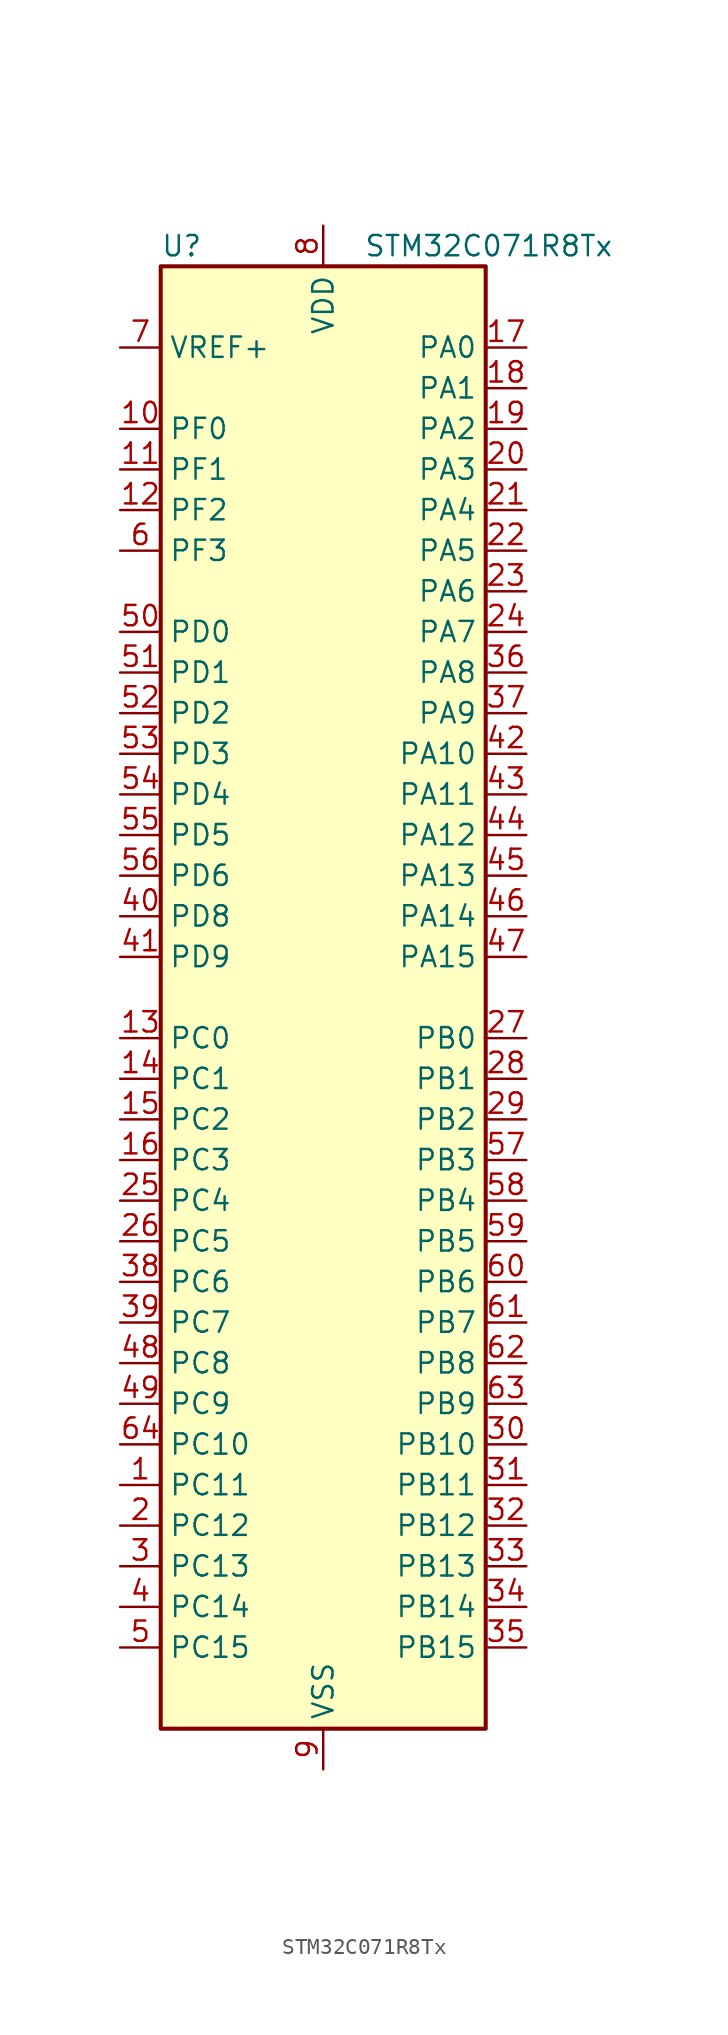
<source format=kicad_sym>
(kicad_symbol_lib
  (version 20241209)
  (generator "kicad_symbol_editor")
  (generator_version "9.0")
  (symbol "STM32C071R8Tx"
    (property "Reference" "U"
      (at -10.16 46.99 0)
      (effects (font (size 1.27 1.27)) (justify left)))
    (property "Value" "STM32C071R8Tx"
      (at 2.54 46.99 0)
      (effects (font (size 1.27 1.27)) (justify left)))
    (symbol "STM32C071R8Tx_0_1"
      (rectangle (start -10.16 -45.72) (end 10.16 45.72) (stroke (width 0.254) (type default)) (fill (type background))))
    (symbol "STM32C071R8Tx_1_1"
      (pin input line (at -12.7 40.64 0) (length 2.54) (name "VREF+" (effects (font (size 1.27 1.27)))) (number "7" (effects (font (size 1.27 1.27)))))
      (pin bidirectional line (at -12.7 35.56 0) (length 2.54) (name "PF0" (effects (font (size 1.27 1.27)))) (number "10" (effects (font (size 1.27 1.27)))) (alternate "CRS_SYNC" bidirectional line) (alternate "RCC_OSC_IN" bidirectional line) (alternate "TIM14_CH1" bidirectional line))
      (pin bidirectional line (at -12.7 33.02 0) (length 2.54) (name "PF1" (effects (font (size 1.27 1.27)))) (number "11" (effects (font (size 1.27 1.27)))) (alternate "RCC_OSC_EN" bidirectional line) (alternate "RCC_OSC_OUT" bidirectional line))
      (pin bidirectional line (at -12.7 30.48 0) (length 2.54) (name "PF2" (effects (font (size 1.27 1.27)))) (number "12" (effects (font (size 1.27 1.27)))) (alternate "RCC_MCO" bidirectional line) (alternate "TIM1_CH4" bidirectional line))
      (pin bidirectional line (at -12.7 27.94 0) (length 2.54) (name "PF3" (effects (font (size 1.27 1.27)))) (number "6" (effects (font (size 1.27 1.27)))))
      (pin bidirectional line (at -12.7 22.86 0) (length 2.54) (name "PD0" (effects (font (size 1.27 1.27)))) (number "50" (effects (font (size 1.27 1.27)))) (alternate "SPI2_NSS" bidirectional line) (alternate "TIM16_CH1" bidirectional line))
      (pin bidirectional line (at -12.7 20.32 0) (length 2.54) (name "PD1" (effects (font (size 1.27 1.27)))) (number "51" (effects (font (size 1.27 1.27)))) (alternate "SPI2_SCK" bidirectional line) (alternate "TIM17_CH1" bidirectional line))
      (pin bidirectional line (at -12.7 17.78 0) (length 2.54) (name "PD2" (effects (font (size 1.27 1.27)))) (number "52" (effects (font (size 1.27 1.27)))) (alternate "TIM1_CH1N" bidirectional line) (alternate "TIM3_ETR" bidirectional line))
      (pin bidirectional line (at -12.7 15.24 0) (length 2.54) (name "PD3" (effects (font (size 1.27 1.27)))) (number "53" (effects (font (size 1.27 1.27)))) (alternate "SPI2_MISO" bidirectional line) (alternate "TIM1_CH2N" bidirectional line) (alternate "USART2_CTS" bidirectional line) (alternate "USART2_NSS" bidirectional line))
      (pin bidirectional line (at -12.7 12.7 0) (length 2.54) (name "PD4" (effects (font (size 1.27 1.27)))) (number "54" (effects (font (size 1.27 1.27)))) (alternate "SPI2_MOSI" bidirectional line) (alternate "TIM1_CH3N" bidirectional line) (alternate "USART2_CK" bidirectional line) (alternate "USART2_DE" bidirectional line) (alternate "USART2_RTS" bidirectional line))
      (pin bidirectional line (at -12.7 10.16 0) (length 2.54) (name "PD5" (effects (font (size 1.27 1.27)))) (number "55" (effects (font (size 1.27 1.27)))) (alternate "I2S1_MCK" bidirectional line) (alternate "SPI1_MISO" bidirectional line) (alternate "TIM1_BKIN" bidirectional line) (alternate "USART2_TX" bidirectional line))
      (pin bidirectional line (at -12.7 7.62 0) (length 2.54) (name "PD6" (effects (font (size 1.27 1.27)))) (number "56" (effects (font (size 1.27 1.27)))) (alternate "I2S1_SD" bidirectional line) (alternate "SPI1_MOSI" bidirectional line) (alternate "USART2_RX" bidirectional line))
      (pin bidirectional line (at -12.7 5.08 0) (length 2.54) (name "PD8" (effects (font (size 1.27 1.27)))) (number "40" (effects (font (size 1.27 1.27)))) (alternate "I2S1_CK" bidirectional line) (alternate "SPI1_SCK" bidirectional line))
      (pin bidirectional line (at -12.7 2.54 0) (length 2.54) (name "PD9" (effects (font (size 1.27 1.27)))) (number "41" (effects (font (size 1.27 1.27)))) (alternate "I2S1_WS" bidirectional line) (alternate "SPI1_NSS" bidirectional line) (alternate "TIM1_BKIN2" bidirectional line))
      (pin bidirectional line (at -12.7 -2.54 0) (length 2.54) (name "PC0" (effects (font (size 1.27 1.27)))) (number "13" (effects (font (size 1.27 1.27)))))
      (pin bidirectional line (at -12.7 -5.08 0) (length 2.54) (name "PC1" (effects (font (size 1.27 1.27)))) (number "14" (effects (font (size 1.27 1.27)))))
      (pin bidirectional line (at -12.7 -7.62 0) (length 2.54) (name "PC2" (effects (font (size 1.27 1.27)))) (number "15" (effects (font (size 1.27 1.27)))) (alternate "SPI2_MISO" bidirectional line))
      (pin bidirectional line (at -12.7 -10.16 0) (length 2.54) (name "PC3" (effects (font (size 1.27 1.27)))) (number "16" (effects (font (size 1.27 1.27)))) (alternate "SPI2_MOSI" bidirectional line))
      (pin bidirectional line (at -12.7 -12.7 0) (length 2.54) (name "PC4" (effects (font (size 1.27 1.27)))) (number "25" (effects (font (size 1.27 1.27)))) (alternate "ADC1_IN11" bidirectional line) (alternate "TIM2_CH1" bidirectional line) (alternate "TIM2_ETR" bidirectional line) (alternate "USART1_TX" bidirectional line))
      (pin bidirectional line (at -12.7 -15.24 0) (length 2.54) (name "PC5" (effects (font (size 1.27 1.27)))) (number "26" (effects (font (size 1.27 1.27)))) (alternate "ADC1_IN12" bidirectional line) (alternate "PWR_WKUP5" bidirectional line) (alternate "TIM2_CH2" bidirectional line) (alternate "USART1_RX" bidirectional line))
      (pin bidirectional line (at -12.7 -17.78 0) (length 2.54) (name "PC6" (effects (font (size 1.27 1.27)))) (number "38" (effects (font (size 1.27 1.27)))) (alternate "TIM2_CH3" bidirectional line) (alternate "TIM3_CH1" bidirectional line))
      (pin bidirectional line (at -12.7 -20.32 0) (length 2.54) (name "PC7" (effects (font (size 1.27 1.27)))) (number "39" (effects (font (size 1.27 1.27)))) (alternate "TIM2_CH4" bidirectional line) (alternate "TIM3_CH2" bidirectional line))
      (pin bidirectional line (at -12.7 -22.86 0) (length 2.54) (name "PC8" (effects (font (size 1.27 1.27)))) (number "48" (effects (font (size 1.27 1.27)))) (alternate "TIM1_CH1" bidirectional line) (alternate "TIM3_CH3" bidirectional line))
      (pin bidirectional line (at -12.7 -25.4 0) (length 2.54) (name "PC9" (effects (font (size 1.27 1.27)))) (number "49" (effects (font (size 1.27 1.27)))) (alternate "I2S_CKIN" bidirectional line) (alternate "TIM1_CH2" bidirectional line) (alternate "TIM3_CH4" bidirectional line) (alternate "USB_NOE" bidirectional line))
      (pin bidirectional line (at -12.7 -27.94 0) (length 2.54) (name "PC10" (effects (font (size 1.27 1.27)))) (number "64" (effects (font (size 1.27 1.27)))) (alternate "TIM1_CH3" bidirectional line))
      (pin bidirectional line (at -12.7 -30.48 0) (length 2.54) (name "PC11" (effects (font (size 1.27 1.27)))) (number "1" (effects (font (size 1.27 1.27)))) (alternate "ADC1_EXTI11" bidirectional line) (alternate "TIM1_CH4" bidirectional line))
      (pin bidirectional line (at -12.7 -33.02 0) (length 2.54) (name "PC12" (effects (font (size 1.27 1.27)))) (number "2" (effects (font (size 1.27 1.27)))) (alternate "TIM14_CH1" bidirectional line))
      (pin bidirectional line (at -12.7 -35.56 0) (length 2.54) (name "PC13" (effects (font (size 1.27 1.27)))) (number "3" (effects (font (size 1.27 1.27)))) (alternate "PWR_WKUP2" bidirectional line) (alternate "RTC_OUT1" bidirectional line) (alternate "RTC_TS" bidirectional line) (alternate "TIM1_BKIN" bidirectional line) (alternate "TIM1_ETR" bidirectional line))
      (pin bidirectional line (at -12.7 -38.1 0) (length 2.54) (name "PC14" (effects (font (size 1.27 1.27)))) (number "4" (effects (font (size 1.27 1.27)))) (alternate "I2C1_SDA" bidirectional line) (alternate "IR_OUT" bidirectional line) (alternate "RCC_OSCX_IN" bidirectional line) (alternate "SPI2_NSS" bidirectional line) (alternate "TIM17_CH1" bidirectional line) (alternate "TIM1_BKIN2" bidirectional line) (alternate "TIM1_ETR" bidirectional line) (alternate "TIM3_CH2" bidirectional line) (alternate "USART1_TX" bidirectional line) (alternate "USART2_CK" bidirectional line) (alternate "USART2_DE" bidirectional line) (alternate "USART2_RTS" bidirectional line))
      (pin bidirectional line (at -12.7 -40.64 0) (length 2.54) (name "PC15" (effects (font (size 1.27 1.27)))) (number "5" (effects (font (size 1.27 1.27)))) (alternate "RCC_OSC32_EN" bidirectional line) (alternate "RCC_OSCX_OUT" bidirectional line) (alternate "RCC_OSC_EN" bidirectional line) (alternate "TIM1_ETR" bidirectional line) (alternate "TIM3_CH3" bidirectional line))
      (pin power_in line (at 0 48.26 270) (length 2.54) (name "VDD" (effects (font (size 1.27 1.27)))) (number "8" (effects (font (size 1.27 1.27)))))
      (pin power_in line (at 0 -48.26 90) (length 2.54) (name "VSS" (effects (font (size 1.27 1.27)))) (number "9" (effects (font (size 1.27 1.27)))))
      (pin bidirectional line (at 12.7 40.64 180) (length 2.54) (name "PA0" (effects (font (size 1.27 1.27)))) (number "17" (effects (font (size 1.27 1.27)))) (alternate "ADC1_IN0" bidirectional line) (alternate "PWR_WKUP1" bidirectional line) (alternate "SPI2_SCK" bidirectional line) (alternate "TIM16_CH1" bidirectional line) (alternate "TIM1_CH1" bidirectional line) (alternate "TIM2_CH1" bidirectional line) (alternate "TIM2_ETR" bidirectional line) (alternate "USART1_TX" bidirectional line) (alternate "USART2_CTS" bidirectional line) (alternate "USART2_NSS" bidirectional line))
      (pin bidirectional line (at 12.7 38.1 180) (length 2.54) (name "PA1" (effects (font (size 1.27 1.27)))) (number "18" (effects (font (size 1.27 1.27)))) (alternate "ADC1_IN1" bidirectional line) (alternate "I2C1_SMBA" bidirectional line) (alternate "I2S1_CK" bidirectional line) (alternate "SPI1_SCK" bidirectional line) (alternate "TIM17_CH1" bidirectional line) (alternate "TIM1_CH2" bidirectional line) (alternate "TIM2_CH2" bidirectional line) (alternate "USART1_RX" bidirectional line) (alternate "USART2_CK" bidirectional line) (alternate "USART2_DE" bidirectional line) (alternate "USART2_RTS" bidirectional line))
      (pin bidirectional line (at 12.7 35.56 180) (length 2.54) (name "PA2" (effects (font (size 1.27 1.27)))) (number "19" (effects (font (size 1.27 1.27)))) (alternate "ADC1_IN2" bidirectional line) (alternate "I2S1_SD" bidirectional line) (alternate "PWR_WKUP4" bidirectional line) (alternate "RCC_LSCO" bidirectional line) (alternate "SPI1_MOSI" bidirectional line) (alternate "TIM16_CH1N" bidirectional line) (alternate "TIM1_CH3" bidirectional line) (alternate "TIM2_CH3" bidirectional line) (alternate "TIM3_ETR" bidirectional line) (alternate "USART2_TX" bidirectional line))
      (pin bidirectional line (at 12.7 33.02 180) (length 2.54) (name "PA3" (effects (font (size 1.27 1.27)))) (number "20" (effects (font (size 1.27 1.27)))) (alternate "ADC1_IN3" bidirectional line) (alternate "SPI2_MISO" bidirectional line) (alternate "TIM1_CH1N" bidirectional line) (alternate "TIM1_CH4" bidirectional line) (alternate "TIM2_CH4" bidirectional line) (alternate "USART2_RX" bidirectional line))
      (pin bidirectional line (at 12.7 30.48 180) (length 2.54) (name "PA4" (effects (font (size 1.27 1.27)))) (number "21" (effects (font (size 1.27 1.27)))) (alternate "ADC1_IN4" bidirectional line) (alternate "I2S1_WS" bidirectional line) (alternate "RTC_OUT2" bidirectional line) (alternate "SPI1_NSS" bidirectional line) (alternate "SPI2_MOSI" bidirectional line) (alternate "TIM14_CH1" bidirectional line) (alternate "TIM17_CH1N" bidirectional line) (alternate "TIM1_CH2N" bidirectional line) (alternate "USART2_TX" bidirectional line) (alternate "USB_NOE" bidirectional line))
      (pin bidirectional line (at 12.7 27.94 180) (length 2.54) (name "PA5" (effects (font (size 1.27 1.27)))) (number "22" (effects (font (size 1.27 1.27)))) (alternate "ADC1_IN5" bidirectional line) (alternate "I2S1_CK" bidirectional line) (alternate "SPI1_SCK" bidirectional line) (alternate "TIM1_CH1" bidirectional line) (alternate "TIM1_CH3N" bidirectional line) (alternate "TIM2_CH1" bidirectional line) (alternate "TIM2_ETR" bidirectional line) (alternate "USART2_RX" bidirectional line))
      (pin bidirectional line (at 12.7 25.4 180) (length 2.54) (name "PA6" (effects (font (size 1.27 1.27)))) (number "23" (effects (font (size 1.27 1.27)))) (alternate "ADC1_IN6" bidirectional line) (alternate "I2C2_SDA" bidirectional line) (alternate "I2S1_MCK" bidirectional line) (alternate "SPI1_MISO" bidirectional line) (alternate "TIM16_CH1" bidirectional line) (alternate "TIM1_BKIN" bidirectional line) (alternate "TIM3_CH1" bidirectional line))
      (pin bidirectional line (at 12.7 22.86 180) (length 2.54) (name "PA7" (effects (font (size 1.27 1.27)))) (number "24" (effects (font (size 1.27 1.27)))) (alternate "ADC1_IN7" bidirectional line) (alternate "I2C2_SCL" bidirectional line) (alternate "I2S1_SD" bidirectional line) (alternate "SPI1_MOSI" bidirectional line) (alternate "TIM14_CH1" bidirectional line) (alternate "TIM17_CH1" bidirectional line) (alternate "TIM1_CH1N" bidirectional line) (alternate "TIM3_CH2" bidirectional line))
      (pin bidirectional line (at 12.7 20.32 180) (length 2.54) (name "PA8" (effects (font (size 1.27 1.27)))) (number "36" (effects (font (size 1.27 1.27)))) (alternate "ADC1_IN8" bidirectional line) (alternate "CRS_SYNC" bidirectional line) (alternate "I2S1_WS" bidirectional line) (alternate "RCC_MCO" bidirectional line) (alternate "RCC_MCO2" bidirectional line) (alternate "SPI1_NSS" bidirectional line) (alternate "SPI2_MISO" bidirectional line) (alternate "SPI2_NSS" bidirectional line) (alternate "TIM14_CH1" bidirectional line) (alternate "TIM1_CH1" bidirectional line) (alternate "TIM1_CH2N" bidirectional line) (alternate "TIM1_CH3N" bidirectional line) (alternate "TIM3_CH3" bidirectional line) (alternate "TIM3_CH4" bidirectional line) (alternate "USART1_RX" bidirectional line) (alternate "USART2_TX" bidirectional line))
      (pin bidirectional line (at 12.7 17.78 180) (length 2.54) (name "PA9" (effects (font (size 1.27 1.27)))) (number "37" (effects (font (size 1.27 1.27)))) (alternate "I2C1_SCL" bidirectional line) (alternate "I2C2_SCL" bidirectional line) (alternate "RCC_MCO" bidirectional line) (alternate "SPI2_MISO" bidirectional line) (alternate "TIM1_CH2" bidirectional line) (alternate "TIM3_ETR" bidirectional line) (alternate "USART1_TX" bidirectional line))
      (pin bidirectional line (at 12.7 15.24 180) (length 2.54) (name "PA10" (effects (font (size 1.27 1.27)))) (number "42" (effects (font (size 1.27 1.27)))) (alternate "I2C1_SDA" bidirectional line) (alternate "I2C2_SDA" bidirectional line) (alternate "RCC_MCO2" bidirectional line) (alternate "SPI2_MOSI" bidirectional line) (alternate "TIM17_BKIN" bidirectional line) (alternate "TIM1_CH3" bidirectional line) (alternate "USART1_RX" bidirectional line))
      (pin bidirectional line (at 12.7 12.7 180) (length 2.54) (name "PA11" (effects (font (size 1.27 1.27)))) (number "43" (effects (font (size 1.27 1.27)))) (alternate "ADC1_EXTI11" bidirectional line) (alternate "I2C2_SCL" bidirectional line) (alternate "I2S1_MCK" bidirectional line) (alternate "SPI1_MISO" bidirectional line) (alternate "TIM1_BKIN2" bidirectional line) (alternate "TIM1_CH4" bidirectional line) (alternate "USART1_CTS" bidirectional line) (alternate "USART1_NSS" bidirectional line) (alternate "USB_DM" bidirectional line))
      (pin bidirectional line (at 12.7 10.16 180) (length 2.54) (name "PA12" (effects (font (size 1.27 1.27)))) (number "44" (effects (font (size 1.27 1.27)))) (alternate "I2C2_SDA" bidirectional line) (alternate "I2S1_SD" bidirectional line) (alternate "I2S_CKIN" bidirectional line) (alternate "SPI1_MOSI" bidirectional line) (alternate "TIM1_ETR" bidirectional line) (alternate "USART1_CK" bidirectional line) (alternate "USART1_DE" bidirectional line) (alternate "USART1_RTS" bidirectional line) (alternate "USB_DP" bidirectional line))
      (pin bidirectional line (at 12.7 7.62 180) (length 2.54) (name "PA13" (effects (font (size 1.27 1.27)))) (number "45" (effects (font (size 1.27 1.27)))) (alternate "ADC1_IN13" bidirectional line) (alternate "DEBUG_SWDIO" bidirectional line) (alternate "IR_OUT" bidirectional line) (alternate "TIM3_ETR" bidirectional line) (alternate "USART2_RX" bidirectional line) (alternate "USB_NOE" bidirectional line))
      (pin bidirectional line (at 12.7 5.08 180) (length 2.54) (name "PA14" (effects (font (size 1.27 1.27)))) (number "46" (effects (font (size 1.27 1.27)))) (alternate "ADC1_IN14" bidirectional line) (alternate "DEBUG_SWCLK" bidirectional line) (alternate "I2S1_WS" bidirectional line) (alternate "RCC_MCO2" bidirectional line) (alternate "SPI1_NSS" bidirectional line) (alternate "TIM1_CH1" bidirectional line) (alternate "USART1_CK" bidirectional line) (alternate "USART1_DE" bidirectional line) (alternate "USART1_RTS" bidirectional line) (alternate "USART2_RX" bidirectional line) (alternate "USART2_TX" bidirectional line))
      (pin bidirectional line (at 12.7 2.54 180) (length 2.54) (name "PA15" (effects (font (size 1.27 1.27)))) (number "47" (effects (font (size 1.27 1.27)))) (alternate "I2S1_WS" bidirectional line) (alternate "RCC_MCO2" bidirectional line) (alternate "SPI1_NSS" bidirectional line) (alternate "TIM1_CH1" bidirectional line) (alternate "TIM2_CH1" bidirectional line) (alternate "TIM2_ETR" bidirectional line) (alternate "USART1_CK" bidirectional line) (alternate "USART1_DE" bidirectional line) (alternate "USART1_RTS" bidirectional line) (alternate "USART2_RX" bidirectional line) (alternate "USB_NOE" bidirectional line))
      (pin bidirectional line (at 12.7 -2.54 180) (length 2.54) (name "PB0" (effects (font (size 1.27 1.27)))) (number "27" (effects (font (size 1.27 1.27)))) (alternate "ADC1_IN17" bidirectional line) (alternate "I2S1_WS" bidirectional line) (alternate "SPI1_NSS" bidirectional line) (alternate "TIM1_CH2N" bidirectional line) (alternate "TIM3_CH3" bidirectional line))
      (pin bidirectional line (at 12.7 -5.08 180) (length 2.54) (name "PB1" (effects (font (size 1.27 1.27)))) (number "28" (effects (font (size 1.27 1.27)))) (alternate "ADC1_IN18" bidirectional line) (alternate "TIM14_CH1" bidirectional line) (alternate "TIM1_CH2N" bidirectional line) (alternate "TIM1_CH3N" bidirectional line) (alternate "TIM3_CH4" bidirectional line))
      (pin bidirectional line (at 12.7 -7.62 180) (length 2.54) (name "PB2" (effects (font (size 1.27 1.27)))) (number "29" (effects (font (size 1.27 1.27)))) (alternate "ADC1_IN19" bidirectional line) (alternate "RCC_MCO2" bidirectional line) (alternate "SPI2_MISO" bidirectional line) (alternate "USART1_RX" bidirectional line))
      (pin bidirectional line (at 12.7 -10.16 180) (length 2.54) (name "PB3" (effects (font (size 1.27 1.27)))) (number "57" (effects (font (size 1.27 1.27)))) (alternate "I2C2_SCL" bidirectional line) (alternate "I2S1_CK" bidirectional line) (alternate "SPI1_SCK" bidirectional line) (alternate "TIM1_CH2" bidirectional line) (alternate "TIM2_CH2" bidirectional line) (alternate "TIM3_CH2" bidirectional line) (alternate "USART1_CK" bidirectional line) (alternate "USART1_DE" bidirectional line) (alternate "USART1_RTS" bidirectional line))
      (pin bidirectional line (at 12.7 -12.7 180) (length 2.54) (name "PB4" (effects (font (size 1.27 1.27)))) (number "58" (effects (font (size 1.27 1.27)))) (alternate "I2C2_SDA" bidirectional line) (alternate "I2S1_MCK" bidirectional line) (alternate "SPI1_MISO" bidirectional line) (alternate "TIM17_BKIN" bidirectional line) (alternate "TIM3_CH1" bidirectional line) (alternate "USART1_CTS" bidirectional line) (alternate "USART1_NSS" bidirectional line))
      (pin bidirectional line (at 12.7 -15.24 180) (length 2.54) (name "PB5" (effects (font (size 1.27 1.27)))) (number "59" (effects (font (size 1.27 1.27)))) (alternate "I2C1_SMBA" bidirectional line) (alternate "I2S1_SD" bidirectional line) (alternate "PWR_WKUP6" bidirectional line) (alternate "SPI1_MOSI" bidirectional line) (alternate "TIM16_BKIN" bidirectional line) (alternate "TIM3_CH2" bidirectional line) (alternate "TIM3_CH3" bidirectional line))
      (pin bidirectional line (at 12.7 -17.78 180) (length 2.54) (name "PB6" (effects (font (size 1.27 1.27)))) (number "60" (effects (font (size 1.27 1.27)))) (alternate "I2C1_SCL" bidirectional line) (alternate "I2C1_SMBA" bidirectional line) (alternate "I2S1_CK" bidirectional line) (alternate "I2S1_MCK" bidirectional line) (alternate "I2S1_SD" bidirectional line) (alternate "PWR_WKUP3" bidirectional line) (alternate "SPI1_MISO" bidirectional line) (alternate "SPI1_MOSI" bidirectional line) (alternate "SPI1_SCK" bidirectional line) (alternate "SPI2_MISO" bidirectional line) (alternate "TIM16_BKIN" bidirectional line) (alternate "TIM16_CH1N" bidirectional line) (alternate "TIM17_BKIN" bidirectional line) (alternate "TIM1_CH2" bidirectional line) (alternate "TIM1_CH3" bidirectional line) (alternate "TIM3_CH1" bidirectional line) (alternate "TIM3_CH2" bidirectional line) (alternate "TIM3_CH3" bidirectional line) (alternate "USART1_CTS" bidirectional line) (alternate "USART1_NSS" bidirectional line) (alternate "USART1_TX" bidirectional line))
      (pin bidirectional line (at 12.7 -20.32 180) (length 2.54) (name "PB7" (effects (font (size 1.27 1.27)))) (number "61" (effects (font (size 1.27 1.27)))) (alternate "I2C1_SCL" bidirectional line) (alternate "I2C1_SDA" bidirectional line) (alternate "SPI2_MOSI" bidirectional line) (alternate "TIM16_CH1" bidirectional line) (alternate "TIM17_CH1N" bidirectional line) (alternate "TIM1_CH4" bidirectional line) (alternate "TIM3_CH1" bidirectional line) (alternate "TIM3_CH4" bidirectional line) (alternate "USART1_RX" bidirectional line) (alternate "USART2_CTS" bidirectional line) (alternate "USART2_NSS" bidirectional line))
      (pin bidirectional line (at 12.7 -22.86 180) (length 2.54) (name "PB8" (effects (font (size 1.27 1.27)))) (number "62" (effects (font (size 1.27 1.27)))) (alternate "I2C1_SCL" bidirectional line) (alternate "SPI2_SCK" bidirectional line) (alternate "TIM16_CH1" bidirectional line) (alternate "TIM3_CH1" bidirectional line) (alternate "USART2_CTS" bidirectional line) (alternate "USART2_NSS" bidirectional line))
      (pin bidirectional line (at 12.7 -25.4 180) (length 2.54) (name "PB9" (effects (font (size 1.27 1.27)))) (number "63" (effects (font (size 1.27 1.27)))) (alternate "I2C1_SDA" bidirectional line) (alternate "IR_OUT" bidirectional line) (alternate "SPI2_NSS" bidirectional line) (alternate "TIM17_CH1" bidirectional line) (alternate "TIM3_CH2" bidirectional line) (alternate "USART2_CK" bidirectional line) (alternate "USART2_DE" bidirectional line) (alternate "USART2_RTS" bidirectional line))
      (pin bidirectional line (at 12.7 -27.94 180) (length 2.54) (name "PB10" (effects (font (size 1.27 1.27)))) (number "30" (effects (font (size 1.27 1.27)))) (alternate "ADC1_IN20" bidirectional line) (alternate "I2C2_SCL" bidirectional line) (alternate "SPI2_SCK" bidirectional line) (alternate "TIM2_CH3" bidirectional line))
      (pin bidirectional line (at 12.7 -30.48 180) (length 2.54) (name "PB11" (effects (font (size 1.27 1.27)))) (number "31" (effects (font (size 1.27 1.27)))) (alternate "ADC1_EXTI11" bidirectional line) (alternate "ADC1_IN21" bidirectional line) (alternate "I2C2_SDA" bidirectional line) (alternate "SPI2_MOSI" bidirectional line) (alternate "TIM2_CH4" bidirectional line))
      (pin bidirectional line (at 12.7 -33.02 180) (length 2.54) (name "PB12" (effects (font (size 1.27 1.27)))) (number "32" (effects (font (size 1.27 1.27)))) (alternate "ADC1_IN22" bidirectional line) (alternate "SPI2_NSS" bidirectional line) (alternate "TIM1_BKIN" bidirectional line) (alternate "TIM1_BKIN2" bidirectional line))
      (pin bidirectional line (at 12.7 -35.56 180) (length 2.54) (name "PB13" (effects (font (size 1.27 1.27)))) (number "33" (effects (font (size 1.27 1.27)))) (alternate "I2C2_SCL" bidirectional line) (alternate "SPI2_SCK" bidirectional line) (alternate "TIM1_CH1N" bidirectional line))
      (pin bidirectional line (at 12.7 -38.1 180) (length 2.54) (name "PB14" (effects (font (size 1.27 1.27)))) (number "34" (effects (font (size 1.27 1.27)))) (alternate "I2C2_SDA" bidirectional line) (alternate "SPI2_MISO" bidirectional line) (alternate "TIM1_CH2N" bidirectional line))
      (pin bidirectional line (at 12.7 -40.64 180) (length 2.54) (name "PB15" (effects (font (size 1.27 1.27)))) (number "35" (effects (font (size 1.27 1.27)))) (alternate "RTC_REFIN" bidirectional line) (alternate "SPI2_MOSI" bidirectional line) (alternate "TIM1_CH3N" bidirectional line)))))
</source>
